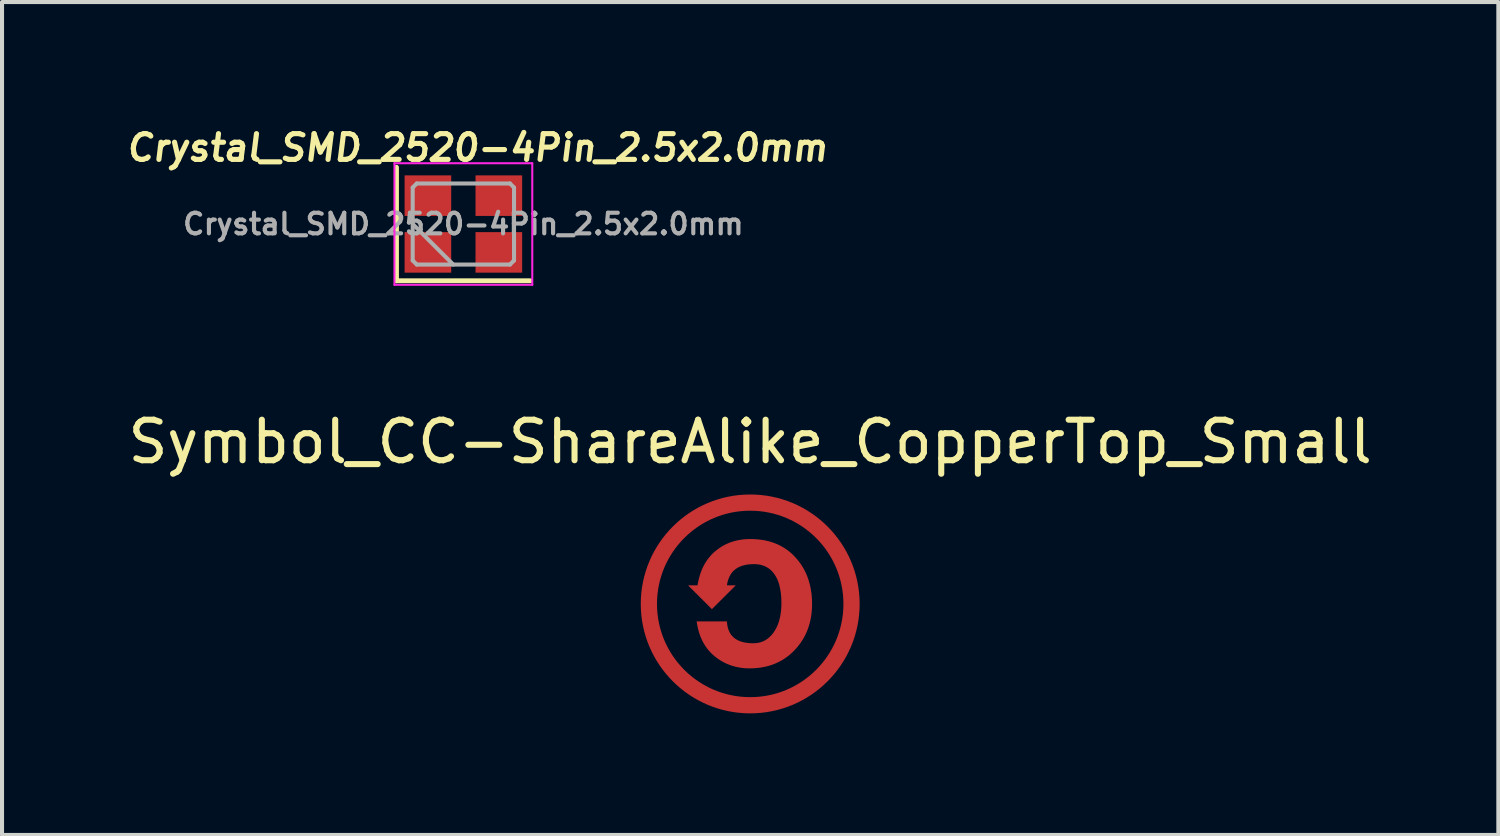
<source format=kicad_pcb>
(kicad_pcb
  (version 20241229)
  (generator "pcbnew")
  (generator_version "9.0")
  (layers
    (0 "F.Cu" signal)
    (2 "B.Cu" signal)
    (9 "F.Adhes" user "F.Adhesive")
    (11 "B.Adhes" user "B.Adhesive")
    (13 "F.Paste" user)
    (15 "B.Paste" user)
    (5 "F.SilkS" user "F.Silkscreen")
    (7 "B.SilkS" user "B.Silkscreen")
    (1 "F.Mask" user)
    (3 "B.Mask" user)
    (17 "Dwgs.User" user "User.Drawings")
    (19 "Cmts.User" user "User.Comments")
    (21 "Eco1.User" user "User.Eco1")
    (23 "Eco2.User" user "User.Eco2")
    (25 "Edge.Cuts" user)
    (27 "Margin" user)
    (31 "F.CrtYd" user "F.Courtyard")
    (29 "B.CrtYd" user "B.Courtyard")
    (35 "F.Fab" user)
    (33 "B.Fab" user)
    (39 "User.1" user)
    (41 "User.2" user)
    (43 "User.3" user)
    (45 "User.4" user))
  (footprint "Crystal_SMD_2520-4Pin_2.5x2.0mm"
    (layer "F.Cu")
    (at 8.382 2.477)
    (property "Reference" "Crystal_SMD_2520-4Pin_2.5x2.0mm" (at 0.339 -1.882 0) (unlocked yes) (layer "F.SilkS") (effects (font (size 0.635 0.635) (thickness 0.127) (italic yes))))
    (attr smd)
    (fp_line (start -1.65 -1.4) (end -1.65 1.4) (stroke (width 0.12) (type solid)) (layer "F.SilkS"))
    (fp_line (start -1.65 1.4) (end 1.65 1.4) (stroke (width 0.12) (type solid)) (layer "F.SilkS"))
    (fp_line (start -1.7 -1.5) (end -1.7 1.5) (stroke (width 0.05) (type solid)) (layer "F.CrtYd"))
    (fp_line (start -1.7 1.5) (end 1.7 1.5) (stroke (width 0.05) (type solid)) (layer "F.CrtYd"))
    (fp_line (start 1.7 -1.5) (end -1.7 -1.5) (stroke (width 0.05) (type solid)) (layer "F.CrtYd"))
    (fp_line (start 1.7 1.5) (end 1.7 -1.5) (stroke (width 0.05) (type solid)) (layer "F.CrtYd"))
    (fp_line (start -1.25 -0.9) (end -1.15 -1) (stroke (width 0.1) (type solid)) (layer "F.Fab"))
    (fp_line (start -1.25 0) (end -0.25 1) (stroke (width 0.1) (type solid)) (layer "F.Fab"))
    (fp_line (start -1.25 0.9) (end -1.25 -0.9) (stroke (width 0.1) (type solid)) (layer "F.Fab"))
    (fp_line (start -1.15 -1) (end 1.15 -1) (stroke (width 0.1) (type solid)) (layer "F.Fab"))
    (fp_line (start -1.15 1) (end -1.25 0.9) (stroke (width 0.1) (type solid)) (layer "F.Fab"))
    (fp_line (start 1.15 -1) (end 1.25 -0.9) (stroke (width 0.1) (type solid)) (layer "F.Fab"))
    (fp_line (start 1.15 1) (end -1.15 1) (stroke (width 0.1) (type solid)) (layer "F.Fab"))
    (fp_line (start 1.25 -0.9) (end 1.25 0.9) (stroke (width 0.1) (type solid)) (layer "F.Fab"))
    (fp_line (start 1.25 0.9) (end 1.15 1) (stroke (width 0.1) (type solid)) (layer "F.Fab"))
    (fp_text user "${REFERENCE}" (at 0 0 0) (unlocked yes) (layer "F.Fab") (effects (font (size 0.508 0.508) (thickness 0.102))))
    (pad "1" smd rect (at -0.875 0.7) (size 1.15 1) (layers "F.Cu" "F.Mask" "F.Paste"))
    (pad "2" smd rect (at 0.875 0.7) (size 1.15 1) (layers "F.Cu" "F.Mask" "F.Paste"))
    (pad "3" smd rect (at 0.875 -0.7) (size 1.15 1) (layers "F.Cu" "F.Mask" "F.Paste"))
    (pad "4" smd rect (at -0.875 -0.7) (size 1.15 1) (layers "F.Cu" "F.Mask" "F.Paste")))
  (footprint "Symbol_CC-ShareAlike_CopperTop_Small"
    (layer "F.Cu")
    (at 15.458 11.85)
    (property "Reference" "Symbol_CC-ShareAlike_CopperTop_Small" (at 0 -4 0) (layer "F.SilkS") (effects (font (size 1 1) (thickness 0.15))))
    (attr exclude_from_pos_files exclude_from_bom)
    (fp_circle (center 0.001 0) (end 2.501 0) (stroke (width 0.4) (type default)) (fill no) (layer "F.Cu"))
    (fp_poly (pts (xy 0.089 -1.599) (xy 0.173 -1.594) (xy 0.255 -1.585) (xy 0.335 -1.573) (xy 0.412 -1.557) (xy 0.487 -1.538) (xy 0.56 -1.515) (xy 0.63 -1.489) (xy 0.699 -1.459) (xy 0.765 -1.425) (xy 0.829 -1.389) (xy 0.89 -1.348) (xy 0.95 -1.304) (xy 1.007 -1.257) (xy 1.062 -1.206) (xy 1.114 -1.151) (xy 1.164 -1.094) (xy 1.211 -1.035) (xy 1.255 -0.974) (xy 1.295 -0.911) (xy 1.332 -0.846) (xy 1.366 -0.778) (xy 1.397 -0.709) (xy 1.424 -0.638) (xy 1.448 -0.565) (xy 1.469 -0.49) (xy 1.487 -0.413) (xy 1.501 -0.334) (xy 1.513 -0.253) (xy 1.521 -0.17) (xy 1.526 -0.085) (xy 1.527 0.002) (xy 1.526 0.087) (xy 1.52 0.169) (xy 1.512 0.25) (xy 1.5 0.329) (xy 1.485 0.406) (xy 1.467 0.482) (xy 1.445 0.555) (xy 1.42 0.627) (xy 1.392 0.697) (xy 1.36 0.765) (xy 1.325 0.832) (xy 1.286 0.897) (xy 1.244 0.959) (xy 1.199 1.02) (xy 1.151 1.08) (xy 1.099 1.137) (xy 1.044 1.192) (xy 0.988 1.243) (xy 0.929 1.291) (xy 0.868 1.335) (xy 0.806 1.376) (xy 0.741 1.413) (xy 0.675 1.446) (xy 0.606 1.476) (xy 0.536 1.503) (xy 0.464 1.526) (xy 0.389 1.545) (xy 0.313 1.561) (xy 0.234 1.574) (xy 0.154 1.582) (xy 0.072 1.588) (xy -0.013 1.59) (xy -0.075 1.588) (xy -0.136 1.585) (xy -0.196 1.579) (xy -0.255 1.571) (xy -0.313 1.56) (xy -0.37 1.547) (xy -0.426 1.532) (xy -0.481 1.514) (xy -0.535 1.494) (xy -0.587 1.472) (xy -0.639 1.447) (xy -0.689 1.42) (xy -0.739 1.39) (xy -0.787 1.359) (xy -0.834 1.324) (xy -0.881 1.288) (xy -0.925 1.249) (xy -0.967 1.209) (xy -1.007 1.166) (xy -1.045 1.121) (xy -1.08 1.075) (xy -1.113 1.026) (xy -1.144 0.975) (xy -1.173 0.923) (xy -1.199 0.868) (xy -1.223 0.812) (xy -1.245 0.753) (xy -1.264 0.693) (xy -1.282 0.63) (xy -1.297 0.566) (xy -1.309 0.499) (xy -1.32 0.431) (xy -0.573 0.431) (xy -0.571 0.464) (xy -0.568 0.496) (xy -0.563 0.527) (xy -0.557 0.557) (xy -0.551 0.586) (xy -0.543 0.614) (xy -0.533 0.641) (xy -0.523 0.667) (xy -0.511 0.692) (xy -0.499 0.715) (xy -0.485 0.738) (xy -0.47 0.76) (xy -0.453 0.78) (xy -0.436 0.8) (xy -0.417 0.818) (xy -0.398 0.836) (xy -0.377 0.852) (xy -0.354 0.867) (xy -0.331 0.881) (xy -0.307 0.895) (xy -0.281 0.907) (xy -0.254 0.918) (xy -0.227 0.928) (xy -0.197 0.937) (xy -0.167 0.945) (xy -0.136 0.951) (xy -0.103 0.957) (xy -0.069 0.962) (xy -0.034 0.966) (xy 0.002 0.968) (xy 0.039 0.97) (xy 0.077 0.97) (xy 0.116 0.969) (xy 0.154 0.966) (xy 0.19 0.961) (xy 0.226 0.954) (xy 0.261 0.944) (xy 0.294 0.932) (xy 0.327 0.919) (xy 0.359 0.903) (xy 0.39 0.885) (xy 0.42 0.865) (xy 0.449 0.843) (xy 0.477 0.819) (xy 0.504 0.792) (xy 0.531 0.764) (xy 0.556 0.733) (xy 0.58 0.701) (xy 0.603 0.666) (xy 0.625 0.63) (xy 0.645 0.593) (xy 0.664 0.554) (xy 0.681 0.514) (xy 0.696 0.473) (xy 0.71 0.43) (xy 0.723 0.386) (xy 0.734 0.34) (xy 0.744 0.293) (xy 0.752 0.244) (xy 0.759 0.195) (xy 0.764 0.143) (xy 0.768 0.091) (xy 0.77 0.036) (xy 0.771 -0.019) (xy 0.77 -0.077) (xy 0.768 -0.133) (xy 0.765 -0.188) (xy 0.76 -0.24) (xy 0.754 -0.291) (xy 0.746 -0.341) (xy 0.737 -0.388) (xy 0.727 -0.434) (xy 0.716 -0.478) (xy 0.703 -0.52) (xy 0.688 -0.56) (xy 0.673 -0.599) (xy 0.656 -0.636) (xy 0.637 -0.671) (xy 0.617 -0.704) (xy 0.596 -0.736) (xy 0.574 -0.766) (xy 0.55 -0.794) (xy 0.525 -0.82) (xy 0.499 -0.844) (xy 0.472 -0.866) (xy 0.444 -0.886) (xy 0.414 -0.904) (xy 0.383 -0.921) (xy 0.351 -0.935) (xy 0.318 -0.947) (xy 0.284 -0.958) (xy 0.248 -0.967) (xy 0.211 -0.973) (xy 0.173 -0.978) (xy 0.134 -0.981) (xy 0.093 -0.982) (xy 0.021 -0.98) (xy -0.047 -0.974) (xy -0.111 -0.964) (xy -0.171 -0.949) (xy -0.199 -0.941) (xy -0.226 -0.931) (xy -0.253 -0.92) (xy -0.278 -0.908) (xy -0.303 -0.896) (xy -0.326 -0.882) (xy -0.348 -0.867) (xy -0.37 -0.851) (xy -0.39 -0.834) (xy -0.409 -0.816) (xy -0.428 -0.797) (xy -0.445 -0.778) (xy -0.461 -0.757) (xy -0.476 -0.735) (xy -0.491 -0.712) (xy -0.504 -0.687) (xy -0.516 -0.662) (xy -0.527 -0.636) (xy -0.538 -0.609) (xy -0.547 -0.581) (xy -0.555 -0.552) (xy -0.562 -0.522) (xy -0.573 -0.458) (xy -0.356 -0.458) (xy -0.944 0.129) (xy -1.531 -0.458) (xy -1.298 -0.458) (xy -1.287 -0.525) (xy -1.273 -0.591) (xy -1.257 -0.654) (xy -1.239 -0.715) (xy -1.219 -0.775) (xy -1.197 -0.832) (xy -1.173 -0.888) (xy -1.146 -0.942) (xy -1.118 -0.994) (xy -1.087 -1.043) (xy -1.055 -1.091) (xy -1.02 -1.137) (xy -0.983 -1.181) (xy -0.944 -1.224) (xy -0.903 -1.264) (xy -0.859 -1.302) (xy -0.814 -1.338) (xy -0.768 -1.372) (xy -0.721 -1.404) (xy -0.672 -1.433) (xy -0.623 -1.46) (xy -0.572 -1.484) (xy -0.52 -1.507) (xy -0.466 -1.526) (xy -0.412 -1.544) (xy -0.356 -1.559) (xy -0.299 -1.572) (xy -0.241 -1.582) (xy -0.182 -1.591) (xy -0.121 -1.596) (xy -0.06 -1.6) (xy 0.003 -1.601)) (stroke (width 0) (type solid)) (fill yes) (layer "F.Cu")))
  (gr_rect
    (start -3 -3)
    (end 33.917 17.55)
    (stroke (width 0.1) (type default))
    (fill no)
    (layer "Edge.Cuts")))
</source>
